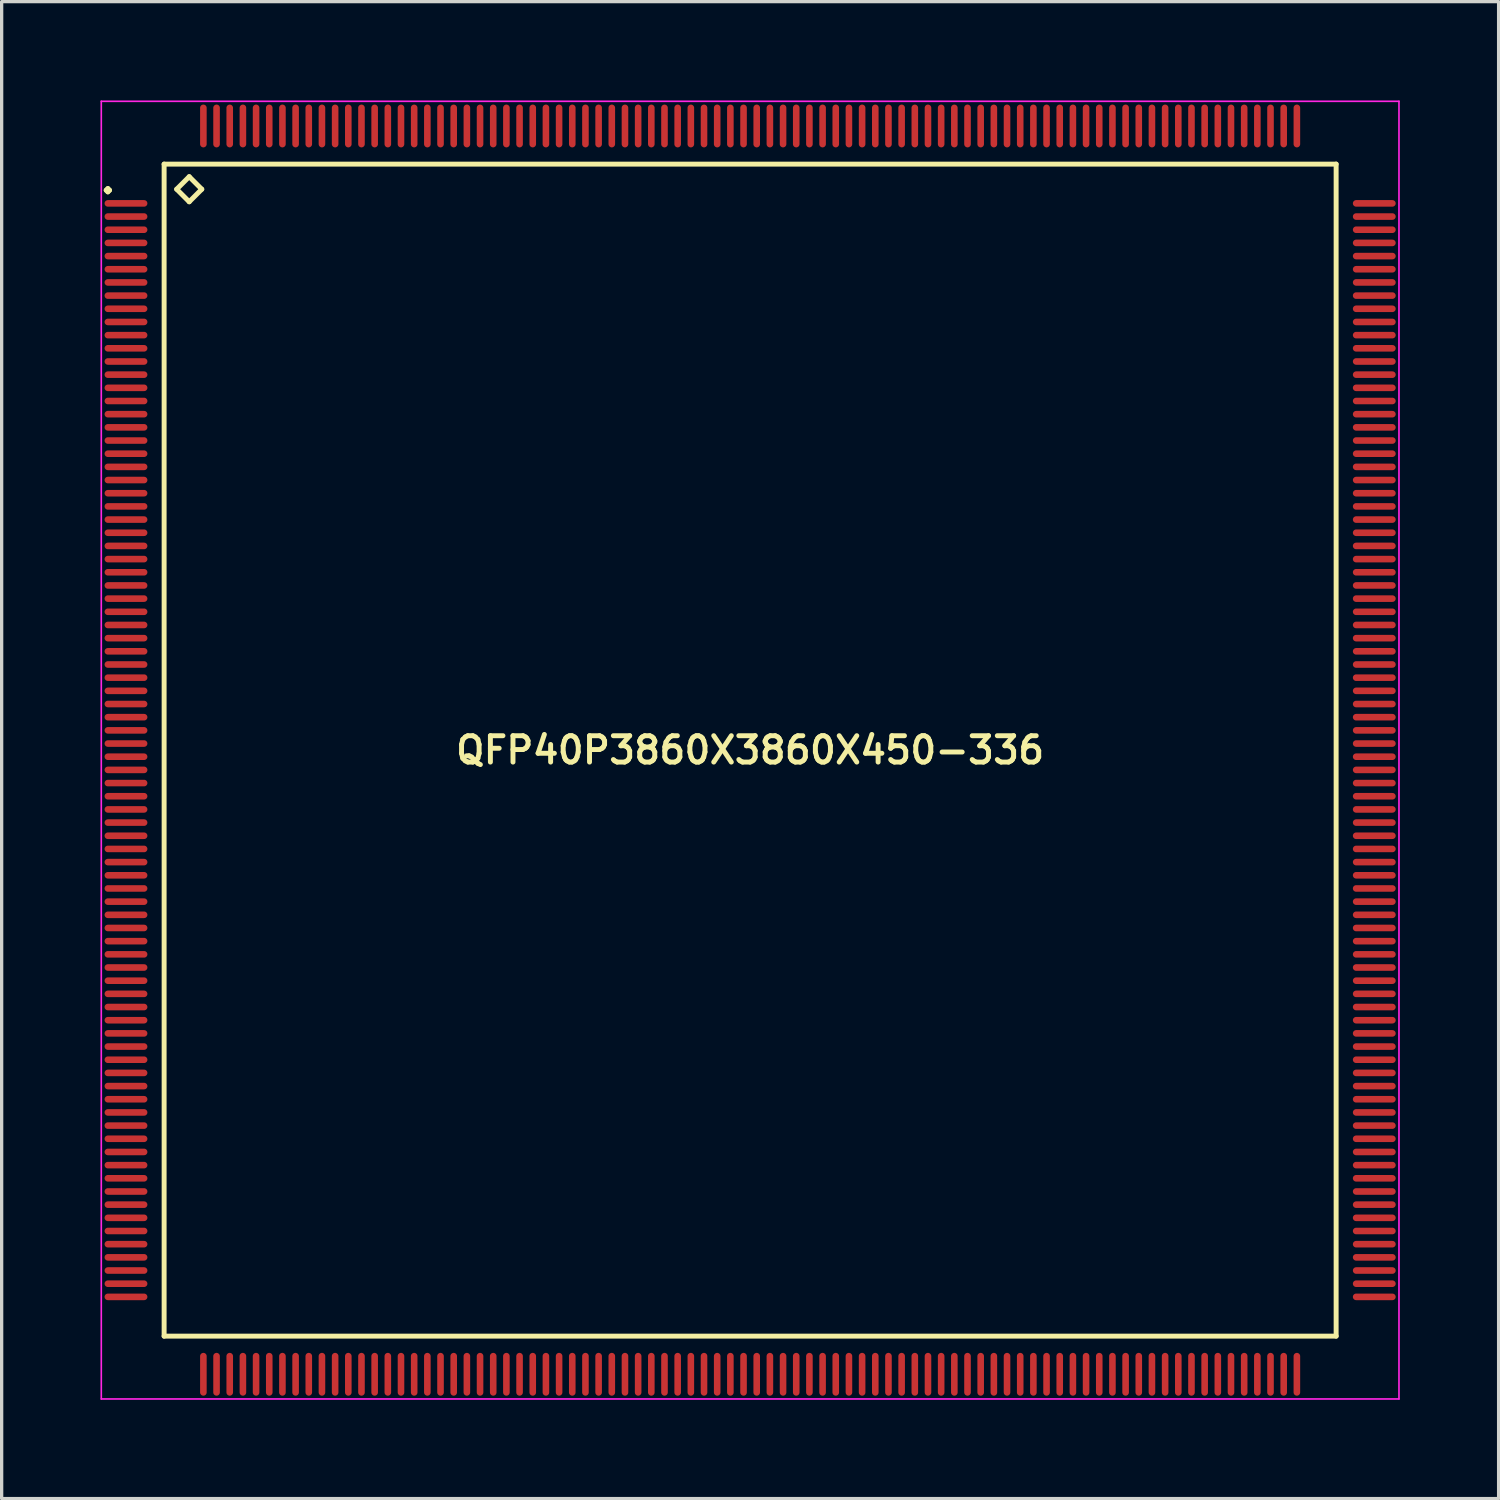
<source format=kicad_pcb>
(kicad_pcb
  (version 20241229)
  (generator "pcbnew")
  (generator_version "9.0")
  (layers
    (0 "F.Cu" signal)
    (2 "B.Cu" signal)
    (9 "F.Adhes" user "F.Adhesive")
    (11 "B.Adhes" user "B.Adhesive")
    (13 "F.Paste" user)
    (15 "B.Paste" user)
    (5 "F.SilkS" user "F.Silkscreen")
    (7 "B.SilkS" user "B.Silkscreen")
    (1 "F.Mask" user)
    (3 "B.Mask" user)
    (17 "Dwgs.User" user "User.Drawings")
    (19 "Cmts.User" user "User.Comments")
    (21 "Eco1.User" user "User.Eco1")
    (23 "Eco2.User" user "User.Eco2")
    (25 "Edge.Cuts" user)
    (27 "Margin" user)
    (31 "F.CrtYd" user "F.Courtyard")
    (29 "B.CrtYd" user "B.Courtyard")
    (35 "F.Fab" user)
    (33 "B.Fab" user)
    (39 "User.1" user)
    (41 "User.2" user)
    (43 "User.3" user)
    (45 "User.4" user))
  (footprint "QFP40P3860X3860X450-336"
    (layer "F.Cu")
    (at 19.725 19.725)
    (property "Reference" "QFP40P3860X3860X450-336" (at 0 0 0) (layer "F.SilkS") (effects (font (size 0.8 0.8) (thickness 0.15))))
    (attr smd)
    (fp_line (start -19.55 -17) (end -19.5 -17.05) (stroke (width 0.15) (type solid)) (layer "F.SilkS"))
    (fp_line (start -19.5 -17.05) (end -19.45 -17) (stroke (width 0.15) (type solid)) (layer "F.SilkS"))
    (fp_line (start -19.5 -16.95) (end -19.55 -17) (stroke (width 0.15) (type solid)) (layer "F.SilkS"))
    (fp_line (start -19.45 -17) (end -19.5 -16.95) (stroke (width 0.15) (type solid)) (layer "F.SilkS"))
    (fp_line (start -17.792 -17.792) (end -17.792 17.792) (stroke (width 0.15) (type solid)) (layer "F.SilkS"))
    (fp_line (start -17.792 17.792) (end 17.792 17.792) (stroke (width 0.15) (type solid)) (layer "F.SilkS"))
    (fp_line (start -17.411 -17.03) (end -17.03 -17.411) (stroke (width 0.15) (type solid)) (layer "F.SilkS"))
    (fp_line (start -17.03 -17.411) (end -16.649 -17.03) (stroke (width 0.15) (type solid)) (layer "F.SilkS"))
    (fp_line (start -17.03 -16.649) (end -17.411 -17.03) (stroke (width 0.15) (type solid)) (layer "F.SilkS"))
    (fp_line (start -16.649 -17.03) (end -17.03 -16.649) (stroke (width 0.15) (type solid)) (layer "F.SilkS"))
    (fp_line (start 17.792 -17.792) (end -17.792 -17.792) (stroke (width 0.15) (type solid)) (layer "F.SilkS"))
    (fp_line (start 17.792 17.792) (end 17.792 -17.792) (stroke (width 0.15) (type solid)) (layer "F.SilkS"))
    (fp_line (start -19.7 -19.7) (end 19.7 -19.7) (stroke (width 0.05) (type solid)) (layer "F.CrtYd"))
    (fp_line (start -19.7 19.7) (end -19.7 -19.7) (stroke (width 0.05) (type solid)) (layer "F.CrtYd"))
    (fp_line (start 19.7 -19.7) (end 19.7 19.7) (stroke (width 0.05) (type solid)) (layer "F.CrtYd"))
    (fp_line (start 19.7 19.7) (end -19.7 19.7) (stroke (width 0.05) (type solid)) (layer "F.CrtYd"))
    (pad "1" smd oval (at -18.95 -16.6) (size 1.3 0.2) (layers "F.Cu" "F.Mask" "F.Paste"))
    (pad "2" smd oval (at -18.95 -16.2) (size 1.3 0.2) (layers "F.Cu" "F.Mask" "F.Paste"))
    (pad "3" smd oval (at -18.95 -15.8) (size 1.3 0.2) (layers "F.Cu" "F.Mask" "F.Paste"))
    (pad "4" smd oval (at -18.95 -15.4) (size 1.3 0.2) (layers "F.Cu" "F.Mask" "F.Paste"))
    (pad "5" smd oval (at -18.95 -15) (size 1.3 0.2) (layers "F.Cu" "F.Mask" "F.Paste"))
    (pad "6" smd oval (at -18.95 -14.6) (size 1.3 0.2) (layers "F.Cu" "F.Mask" "F.Paste"))
    (pad "7" smd oval (at -18.95 -14.2) (size 1.3 0.2) (layers "F.Cu" "F.Mask" "F.Paste"))
    (pad "8" smd oval (at -18.95 -13.8) (size 1.3 0.2) (layers "F.Cu" "F.Mask" "F.Paste"))
    (pad "9" smd oval (at -18.95 -13.4) (size 1.3 0.2) (layers "F.Cu" "F.Mask" "F.Paste"))
    (pad "10" smd oval (at -18.95 -13) (size 1.3 0.2) (layers "F.Cu" "F.Mask" "F.Paste"))
    (pad "11" smd oval (at -18.95 -12.6) (size 1.3 0.2) (layers "F.Cu" "F.Mask" "F.Paste"))
    (pad "12" smd oval (at -18.95 -12.2) (size 1.3 0.2) (layers "F.Cu" "F.Mask" "F.Paste"))
    (pad "13" smd oval (at -18.95 -11.8) (size 1.3 0.2) (layers "F.Cu" "F.Mask" "F.Paste"))
    (pad "14" smd oval (at -18.95 -11.4) (size 1.3 0.2) (layers "F.Cu" "F.Mask" "F.Paste"))
    (pad "15" smd oval (at -18.95 -11) (size 1.3 0.2) (layers "F.Cu" "F.Mask" "F.Paste"))
    (pad "16" smd oval (at -18.95 -10.6) (size 1.3 0.2) (layers "F.Cu" "F.Mask" "F.Paste"))
    (pad "17" smd oval (at -18.95 -10.2) (size 1.3 0.2) (layers "F.Cu" "F.Mask" "F.Paste"))
    (pad "18" smd oval (at -18.95 -9.8) (size 1.3 0.2) (layers "F.Cu" "F.Mask" "F.Paste"))
    (pad "19" smd oval (at -18.95 -9.4) (size 1.3 0.2) (layers "F.Cu" "F.Mask" "F.Paste"))
    (pad "20" smd oval (at -18.95 -9) (size 1.3 0.2) (layers "F.Cu" "F.Mask" "F.Paste"))
    (pad "21" smd oval (at -18.95 -8.6) (size 1.3 0.2) (layers "F.Cu" "F.Mask" "F.Paste"))
    (pad "22" smd oval (at -18.95 -8.2) (size 1.3 0.2) (layers "F.Cu" "F.Mask" "F.Paste"))
    (pad "23" smd oval (at -18.95 -7.8) (size 1.3 0.2) (layers "F.Cu" "F.Mask" "F.Paste"))
    (pad "24" smd oval (at -18.95 -7.4) (size 1.3 0.2) (layers "F.Cu" "F.Mask" "F.Paste"))
    (pad "25" smd oval (at -18.95 -7) (size 1.3 0.2) (layers "F.Cu" "F.Mask" "F.Paste"))
    (pad "26" smd oval (at -18.95 -6.6) (size 1.3 0.2) (layers "F.Cu" "F.Mask" "F.Paste"))
    (pad "27" smd oval (at -18.95 -6.2) (size 1.3 0.2) (layers "F.Cu" "F.Mask" "F.Paste"))
    (pad "28" smd oval (at -18.95 -5.8) (size 1.3 0.2) (layers "F.Cu" "F.Mask" "F.Paste"))
    (pad "29" smd oval (at -18.95 -5.4) (size 1.3 0.2) (layers "F.Cu" "F.Mask" "F.Paste"))
    (pad "30" smd oval (at -18.95 -5) (size 1.3 0.2) (layers "F.Cu" "F.Mask" "F.Paste"))
    (pad "31" smd oval (at -18.95 -4.6) (size 1.3 0.2) (layers "F.Cu" "F.Mask" "F.Paste"))
    (pad "32" smd oval (at -18.95 -4.2) (size 1.3 0.2) (layers "F.Cu" "F.Mask" "F.Paste"))
    (pad "33" smd oval (at -18.95 -3.8) (size 1.3 0.2) (layers "F.Cu" "F.Mask" "F.Paste"))
    (pad "34" smd oval (at -18.95 -3.4) (size 1.3 0.2) (layers "F.Cu" "F.Mask" "F.Paste"))
    (pad "35" smd oval (at -18.95 -3) (size 1.3 0.2) (layers "F.Cu" "F.Mask" "F.Paste"))
    (pad "36" smd oval (at -18.95 -2.6) (size 1.3 0.2) (layers "F.Cu" "F.Mask" "F.Paste"))
    (pad "37" smd oval (at -18.95 -2.2) (size 1.3 0.2) (layers "F.Cu" "F.Mask" "F.Paste"))
    (pad "38" smd oval (at -18.95 -1.8) (size 1.3 0.2) (layers "F.Cu" "F.Mask" "F.Paste"))
    (pad "39" smd oval (at -18.95 -1.4) (size 1.3 0.2) (layers "F.Cu" "F.Mask" "F.Paste"))
    (pad "40" smd oval (at -18.95 -1) (size 1.3 0.2) (layers "F.Cu" "F.Mask" "F.Paste"))
    (pad "41" smd oval (at -18.95 -0.6) (size 1.3 0.2) (layers "F.Cu" "F.Mask" "F.Paste"))
    (pad "42" smd oval (at -18.95 -0.2) (size 1.3 0.2) (layers "F.Cu" "F.Mask" "F.Paste"))
    (pad "43" smd oval (at -18.95 0.2) (size 1.3 0.2) (layers "F.Cu" "F.Mask" "F.Paste"))
    (pad "44" smd oval (at -18.95 0.6) (size 1.3 0.2) (layers "F.Cu" "F.Mask" "F.Paste"))
    (pad "45" smd oval (at -18.95 1) (size 1.3 0.2) (layers "F.Cu" "F.Mask" "F.Paste"))
    (pad "46" smd oval (at -18.95 1.4) (size 1.3 0.2) (layers "F.Cu" "F.Mask" "F.Paste"))
    (pad "47" smd oval (at -18.95 1.8) (size 1.3 0.2) (layers "F.Cu" "F.Mask" "F.Paste"))
    (pad "48" smd oval (at -18.95 2.2) (size 1.3 0.2) (layers "F.Cu" "F.Mask" "F.Paste"))
    (pad "49" smd oval (at -18.95 2.6) (size 1.3 0.2) (layers "F.Cu" "F.Mask" "F.Paste"))
    (pad "50" smd oval (at -18.95 3) (size 1.3 0.2) (layers "F.Cu" "F.Mask" "F.Paste"))
    (pad "51" smd oval (at -18.95 3.4) (size 1.3 0.2) (layers "F.Cu" "F.Mask" "F.Paste"))
    (pad "52" smd oval (at -18.95 3.8) (size 1.3 0.2) (layers "F.Cu" "F.Mask" "F.Paste"))
    (pad "53" smd oval (at -18.95 4.2) (size 1.3 0.2) (layers "F.Cu" "F.Mask" "F.Paste"))
    (pad "54" smd oval (at -18.95 4.6) (size 1.3 0.2) (layers "F.Cu" "F.Mask" "F.Paste"))
    (pad "55" smd oval (at -18.95 5) (size 1.3 0.2) (layers "F.Cu" "F.Mask" "F.Paste"))
    (pad "56" smd oval (at -18.95 5.4) (size 1.3 0.2) (layers "F.Cu" "F.Mask" "F.Paste"))
    (pad "57" smd oval (at -18.95 5.8) (size 1.3 0.2) (layers "F.Cu" "F.Mask" "F.Paste"))
    (pad "58" smd oval (at -18.95 6.2) (size 1.3 0.2) (layers "F.Cu" "F.Mask" "F.Paste"))
    (pad "59" smd oval (at -18.95 6.6) (size 1.3 0.2) (layers "F.Cu" "F.Mask" "F.Paste"))
    (pad "60" smd oval (at -18.95 7) (size 1.3 0.2) (layers "F.Cu" "F.Mask" "F.Paste"))
    (pad "61" smd oval (at -18.95 7.4) (size 1.3 0.2) (layers "F.Cu" "F.Mask" "F.Paste"))
    (pad "62" smd oval (at -18.95 7.8) (size 1.3 0.2) (layers "F.Cu" "F.Mask" "F.Paste"))
    (pad "63" smd oval (at -18.95 8.2) (size 1.3 0.2) (layers "F.Cu" "F.Mask" "F.Paste"))
    (pad "64" smd oval (at -18.95 8.6) (size 1.3 0.2) (layers "F.Cu" "F.Mask" "F.Paste"))
    (pad "65" smd oval (at -18.95 9) (size 1.3 0.2) (layers "F.Cu" "F.Mask" "F.Paste"))
    (pad "66" smd oval (at -18.95 9.4) (size 1.3 0.2) (layers "F.Cu" "F.Mask" "F.Paste"))
    (pad "67" smd oval (at -18.95 9.8) (size 1.3 0.2) (layers "F.Cu" "F.Mask" "F.Paste"))
    (pad "68" smd oval (at -18.95 10.2) (size 1.3 0.2) (layers "F.Cu" "F.Mask" "F.Paste"))
    (pad "69" smd oval (at -18.95 10.6) (size 1.3 0.2) (layers "F.Cu" "F.Mask" "F.Paste"))
    (pad "70" smd oval (at -18.95 11) (size 1.3 0.2) (layers "F.Cu" "F.Mask" "F.Paste"))
    (pad "71" smd oval (at -18.95 11.4) (size 1.3 0.2) (layers "F.Cu" "F.Mask" "F.Paste"))
    (pad "72" smd oval (at -18.95 11.8) (size 1.3 0.2) (layers "F.Cu" "F.Mask" "F.Paste"))
    (pad "73" smd oval (at -18.95 12.2) (size 1.3 0.2) (layers "F.Cu" "F.Mask" "F.Paste"))
    (pad "74" smd oval (at -18.95 12.6) (size 1.3 0.2) (layers "F.Cu" "F.Mask" "F.Paste"))
    (pad "75" smd oval (at -18.95 13) (size 1.3 0.2) (layers "F.Cu" "F.Mask" "F.Paste"))
    (pad "76" smd oval (at -18.95 13.4) (size 1.3 0.2) (layers "F.Cu" "F.Mask" "F.Paste"))
    (pad "77" smd oval (at -18.95 13.8) (size 1.3 0.2) (layers "F.Cu" "F.Mask" "F.Paste"))
    (pad "78" smd oval (at -18.95 14.2) (size 1.3 0.2) (layers "F.Cu" "F.Mask" "F.Paste"))
    (pad "79" smd oval (at -18.95 14.6) (size 1.3 0.2) (layers "F.Cu" "F.Mask" "F.Paste"))
    (pad "80" smd oval (at -18.95 15) (size 1.3 0.2) (layers "F.Cu" "F.Mask" "F.Paste"))
    (pad "81" smd oval (at -18.95 15.4) (size 1.3 0.2) (layers "F.Cu" "F.Mask" "F.Paste"))
    (pad "82" smd oval (at -18.95 15.8) (size 1.3 0.2) (layers "F.Cu" "F.Mask" "F.Paste"))
    (pad "83" smd oval (at -18.95 16.2) (size 1.3 0.2) (layers "F.Cu" "F.Mask" "F.Paste"))
    (pad "84" smd oval (at -18.95 16.6) (size 1.3 0.2) (layers "F.Cu" "F.Mask" "F.Paste"))
    (pad "85" smd oval (at -16.6 18.95) (size 0.2 1.3) (layers "F.Cu" "F.Mask" "F.Paste"))
    (pad "86" smd oval (at -16.2 18.95) (size 0.2 1.3) (layers "F.Cu" "F.Mask" "F.Paste"))
    (pad "87" smd oval (at -15.8 18.95) (size 0.2 1.3) (layers "F.Cu" "F.Mask" "F.Paste"))
    (pad "88" smd oval (at -15.4 18.95) (size 0.2 1.3) (layers "F.Cu" "F.Mask" "F.Paste"))
    (pad "89" smd oval (at -15 18.95) (size 0.2 1.3) (layers "F.Cu" "F.Mask" "F.Paste"))
    (pad "90" smd oval (at -14.6 18.95) (size 0.2 1.3) (layers "F.Cu" "F.Mask" "F.Paste"))
    (pad "91" smd oval (at -14.2 18.95) (size 0.2 1.3) (layers "F.Cu" "F.Mask" "F.Paste"))
    (pad "92" smd oval (at -13.8 18.95) (size 0.2 1.3) (layers "F.Cu" "F.Mask" "F.Paste"))
    (pad "93" smd oval (at -13.4 18.95) (size 0.2 1.3) (layers "F.Cu" "F.Mask" "F.Paste"))
    (pad "94" smd oval (at -13 18.95) (size 0.2 1.3) (layers "F.Cu" "F.Mask" "F.Paste"))
    (pad "95" smd oval (at -12.6 18.95) (size 0.2 1.3) (layers "F.Cu" "F.Mask" "F.Paste"))
    (pad "96" smd oval (at -12.2 18.95) (size 0.2 1.3) (layers "F.Cu" "F.Mask" "F.Paste"))
    (pad "97" smd oval (at -11.8 18.95) (size 0.2 1.3) (layers "F.Cu" "F.Mask" "F.Paste"))
    (pad "98" smd oval (at -11.4 18.95) (size 0.2 1.3) (layers "F.Cu" "F.Mask" "F.Paste"))
    (pad "99" smd oval (at -11 18.95) (size 0.2 1.3) (layers "F.Cu" "F.Mask" "F.Paste"))
    (pad "100" smd oval (at -10.6 18.95) (size 0.2 1.3) (layers "F.Cu" "F.Mask" "F.Paste"))
    (pad "101" smd oval (at -10.2 18.95) (size 0.2 1.3) (layers "F.Cu" "F.Mask" "F.Paste"))
    (pad "102" smd oval (at -9.8 18.95) (size 0.2 1.3) (layers "F.Cu" "F.Mask" "F.Paste"))
    (pad "103" smd oval (at -9.4 18.95) (size 0.2 1.3) (layers "F.Cu" "F.Mask" "F.Paste"))
    (pad "104" smd oval (at -9 18.95) (size 0.2 1.3) (layers "F.Cu" "F.Mask" "F.Paste"))
    (pad "105" smd oval (at -8.6 18.95) (size 0.2 1.3) (layers "F.Cu" "F.Mask" "F.Paste"))
    (pad "106" smd oval (at -8.2 18.95) (size 0.2 1.3) (layers "F.Cu" "F.Mask" "F.Paste"))
    (pad "107" smd oval (at -7.8 18.95) (size 0.2 1.3) (layers "F.Cu" "F.Mask" "F.Paste"))
    (pad "108" smd oval (at -7.4 18.95) (size 0.2 1.3) (layers "F.Cu" "F.Mask" "F.Paste"))
    (pad "109" smd oval (at -7 18.95) (size 0.2 1.3) (layers "F.Cu" "F.Mask" "F.Paste"))
    (pad "110" smd oval (at -6.6 18.95) (size 0.2 1.3) (layers "F.Cu" "F.Mask" "F.Paste"))
    (pad "111" smd oval (at -6.2 18.95) (size 0.2 1.3) (layers "F.Cu" "F.Mask" "F.Paste"))
    (pad "112" smd oval (at -5.8 18.95) (size 0.2 1.3) (layers "F.Cu" "F.Mask" "F.Paste"))
    (pad "113" smd oval (at -5.4 18.95) (size 0.2 1.3) (layers "F.Cu" "F.Mask" "F.Paste"))
    (pad "114" smd oval (at -5 18.95) (size 0.2 1.3) (layers "F.Cu" "F.Mask" "F.Paste"))
    (pad "115" smd oval (at -4.6 18.95) (size 0.2 1.3) (layers "F.Cu" "F.Mask" "F.Paste"))
    (pad "116" smd oval (at -4.2 18.95) (size 0.2 1.3) (layers "F.Cu" "F.Mask" "F.Paste"))
    (pad "117" smd oval (at -3.8 18.95) (size 0.2 1.3) (layers "F.Cu" "F.Mask" "F.Paste"))
    (pad "118" smd oval (at -3.4 18.95) (size 0.2 1.3) (layers "F.Cu" "F.Mask" "F.Paste"))
    (pad "119" smd oval (at -3 18.95) (size 0.2 1.3) (layers "F.Cu" "F.Mask" "F.Paste"))
    (pad "120" smd oval (at -2.6 18.95) (size 0.2 1.3) (layers "F.Cu" "F.Mask" "F.Paste"))
    (pad "121" smd oval (at -2.2 18.95) (size 0.2 1.3) (layers "F.Cu" "F.Mask" "F.Paste"))
    (pad "122" smd oval (at -1.8 18.95) (size 0.2 1.3) (layers "F.Cu" "F.Mask" "F.Paste"))
    (pad "123" smd oval (at -1.4 18.95) (size 0.2 1.3) (layers "F.Cu" "F.Mask" "F.Paste"))
    (pad "124" smd oval (at -1 18.95) (size 0.2 1.3) (layers "F.Cu" "F.Mask" "F.Paste"))
    (pad "125" smd oval (at -0.6 18.95) (size 0.2 1.3) (layers "F.Cu" "F.Mask" "F.Paste"))
    (pad "126" smd oval (at -0.2 18.95) (size 0.2 1.3) (layers "F.Cu" "F.Mask" "F.Paste"))
    (pad "127" smd oval (at 0.2 18.95) (size 0.2 1.3) (layers "F.Cu" "F.Mask" "F.Paste"))
    (pad "128" smd oval (at 0.6 18.95) (size 0.2 1.3) (layers "F.Cu" "F.Mask" "F.Paste"))
    (pad "129" smd oval (at 1 18.95) (size 0.2 1.3) (layers "F.Cu" "F.Mask" "F.Paste"))
    (pad "130" smd oval (at 1.4 18.95) (size 0.2 1.3) (layers "F.Cu" "F.Mask" "F.Paste"))
    (pad "131" smd oval (at 1.8 18.95) (size 0.2 1.3) (layers "F.Cu" "F.Mask" "F.Paste"))
    (pad "132" smd oval (at 2.2 18.95) (size 0.2 1.3) (layers "F.Cu" "F.Mask" "F.Paste"))
    (pad "133" smd oval (at 2.6 18.95) (size 0.2 1.3) (layers "F.Cu" "F.Mask" "F.Paste"))
    (pad "134" smd oval (at 3 18.95) (size 0.2 1.3) (layers "F.Cu" "F.Mask" "F.Paste"))
    (pad "135" smd oval (at 3.4 18.95) (size 0.2 1.3) (layers "F.Cu" "F.Mask" "F.Paste"))
    (pad "136" smd oval (at 3.8 18.95) (size 0.2 1.3) (layers "F.Cu" "F.Mask" "F.Paste"))
    (pad "137" smd oval (at 4.2 18.95) (size 0.2 1.3) (layers "F.Cu" "F.Mask" "F.Paste"))
    (pad "138" smd oval (at 4.6 18.95) (size 0.2 1.3) (layers "F.Cu" "F.Mask" "F.Paste"))
    (pad "139" smd oval (at 5 18.95) (size 0.2 1.3) (layers "F.Cu" "F.Mask" "F.Paste"))
    (pad "140" smd oval (at 5.4 18.95) (size 0.2 1.3) (layers "F.Cu" "F.Mask" "F.Paste"))
    (pad "141" smd oval (at 5.8 18.95) (size 0.2 1.3) (layers "F.Cu" "F.Mask" "F.Paste"))
    (pad "142" smd oval (at 6.2 18.95) (size 0.2 1.3) (layers "F.Cu" "F.Mask" "F.Paste"))
    (pad "143" smd oval (at 6.6 18.95) (size 0.2 1.3) (layers "F.Cu" "F.Mask" "F.Paste"))
    (pad "144" smd oval (at 7 18.95) (size 0.2 1.3) (layers "F.Cu" "F.Mask" "F.Paste"))
    (pad "145" smd oval (at 7.4 18.95) (size 0.2 1.3) (layers "F.Cu" "F.Mask" "F.Paste"))
    (pad "146" smd oval (at 7.8 18.95) (size 0.2 1.3) (layers "F.Cu" "F.Mask" "F.Paste"))
    (pad "147" smd oval (at 8.2 18.95) (size 0.2 1.3) (layers "F.Cu" "F.Mask" "F.Paste"))
    (pad "148" smd oval (at 8.6 18.95) (size 0.2 1.3) (layers "F.Cu" "F.Mask" "F.Paste"))
    (pad "149" smd oval (at 9 18.95) (size 0.2 1.3) (layers "F.Cu" "F.Mask" "F.Paste"))
    (pad "150" smd oval (at 9.4 18.95) (size 0.2 1.3) (layers "F.Cu" "F.Mask" "F.Paste"))
    (pad "151" smd oval (at 9.8 18.95) (size 0.2 1.3) (layers "F.Cu" "F.Mask" "F.Paste"))
    (pad "152" smd oval (at 10.2 18.95) (size 0.2 1.3) (layers "F.Cu" "F.Mask" "F.Paste"))
    (pad "153" smd oval (at 10.6 18.95) (size 0.2 1.3) (layers "F.Cu" "F.Mask" "F.Paste"))
    (pad "154" smd oval (at 11 18.95) (size 0.2 1.3) (layers "F.Cu" "F.Mask" "F.Paste"))
    (pad "155" smd oval (at 11.4 18.95) (size 0.2 1.3) (layers "F.Cu" "F.Mask" "F.Paste"))
    (pad "156" smd oval (at 11.8 18.95) (size 0.2 1.3) (layers "F.Cu" "F.Mask" "F.Paste"))
    (pad "157" smd oval (at 12.2 18.95) (size 0.2 1.3) (layers "F.Cu" "F.Mask" "F.Paste"))
    (pad "158" smd oval (at 12.6 18.95) (size 0.2 1.3) (layers "F.Cu" "F.Mask" "F.Paste"))
    (pad "159" smd oval (at 13 18.95) (size 0.2 1.3) (layers "F.Cu" "F.Mask" "F.Paste"))
    (pad "160" smd oval (at 13.4 18.95) (size 0.2 1.3) (layers "F.Cu" "F.Mask" "F.Paste"))
    (pad "161" smd oval (at 13.8 18.95) (size 0.2 1.3) (layers "F.Cu" "F.Mask" "F.Paste"))
    (pad "162" smd oval (at 14.2 18.95) (size 0.2 1.3) (layers "F.Cu" "F.Mask" "F.Paste"))
    (pad "163" smd oval (at 14.6 18.95) (size 0.2 1.3) (layers "F.Cu" "F.Mask" "F.Paste"))
    (pad "164" smd oval (at 15 18.95) (size 0.2 1.3) (layers "F.Cu" "F.Mask" "F.Paste"))
    (pad "165" smd oval (at 15.4 18.95) (size 0.2 1.3) (layers "F.Cu" "F.Mask" "F.Paste"))
    (pad "166" smd oval (at 15.8 18.95) (size 0.2 1.3) (layers "F.Cu" "F.Mask" "F.Paste"))
    (pad "167" smd oval (at 16.2 18.95) (size 0.2 1.3) (layers "F.Cu" "F.Mask" "F.Paste"))
    (pad "168" smd oval (at 16.6 18.95) (size 0.2 1.3) (layers "F.Cu" "F.Mask" "F.Paste"))
    (pad "169" smd oval (at 18.95 16.6) (size 1.3 0.2) (layers "F.Cu" "F.Mask" "F.Paste"))
    (pad "170" smd oval (at 18.95 16.2) (size 1.3 0.2) (layers "F.Cu" "F.Mask" "F.Paste"))
    (pad "171" smd oval (at 18.95 15.8) (size 1.3 0.2) (layers "F.Cu" "F.Mask" "F.Paste"))
    (pad "172" smd oval (at 18.95 15.4) (size 1.3 0.2) (layers "F.Cu" "F.Mask" "F.Paste"))
    (pad "173" smd oval (at 18.95 15) (size 1.3 0.2) (layers "F.Cu" "F.Mask" "F.Paste"))
    (pad "174" smd oval (at 18.95 14.6) (size 1.3 0.2) (layers "F.Cu" "F.Mask" "F.Paste"))
    (pad "175" smd oval (at 18.95 14.2) (size 1.3 0.2) (layers "F.Cu" "F.Mask" "F.Paste"))
    (pad "176" smd oval (at 18.95 13.8) (size 1.3 0.2) (layers "F.Cu" "F.Mask" "F.Paste"))
    (pad "177" smd oval (at 18.95 13.4) (size 1.3 0.2) (layers "F.Cu" "F.Mask" "F.Paste"))
    (pad "178" smd oval (at 18.95 13) (size 1.3 0.2) (layers "F.Cu" "F.Mask" "F.Paste"))
    (pad "179" smd oval (at 18.95 12.6) (size 1.3 0.2) (layers "F.Cu" "F.Mask" "F.Paste"))
    (pad "180" smd oval (at 18.95 12.2) (size 1.3 0.2) (layers "F.Cu" "F.Mask" "F.Paste"))
    (pad "181" smd oval (at 18.95 11.8) (size 1.3 0.2) (layers "F.Cu" "F.Mask" "F.Paste"))
    (pad "182" smd oval (at 18.95 11.4) (size 1.3 0.2) (layers "F.Cu" "F.Mask" "F.Paste"))
    (pad "183" smd oval (at 18.95 11) (size 1.3 0.2) (layers "F.Cu" "F.Mask" "F.Paste"))
    (pad "184" smd oval (at 18.95 10.6) (size 1.3 0.2) (layers "F.Cu" "F.Mask" "F.Paste"))
    (pad "185" smd oval (at 18.95 10.2) (size 1.3 0.2) (layers "F.Cu" "F.Mask" "F.Paste"))
    (pad "186" smd oval (at 18.95 9.8) (size 1.3 0.2) (layers "F.Cu" "F.Mask" "F.Paste"))
    (pad "187" smd oval (at 18.95 9.4) (size 1.3 0.2) (layers "F.Cu" "F.Mask" "F.Paste"))
    (pad "188" smd oval (at 18.95 9) (size 1.3 0.2) (layers "F.Cu" "F.Mask" "F.Paste"))
    (pad "189" smd oval (at 18.95 8.6) (size 1.3 0.2) (layers "F.Cu" "F.Mask" "F.Paste"))
    (pad "190" smd oval (at 18.95 8.2) (size 1.3 0.2) (layers "F.Cu" "F.Mask" "F.Paste"))
    (pad "191" smd oval (at 18.95 7.8) (size 1.3 0.2) (layers "F.Cu" "F.Mask" "F.Paste"))
    (pad "192" smd oval (at 18.95 7.4) (size 1.3 0.2) (layers "F.Cu" "F.Mask" "F.Paste"))
    (pad "193" smd oval (at 18.95 7) (size 1.3 0.2) (layers "F.Cu" "F.Mask" "F.Paste"))
    (pad "194" smd oval (at 18.95 6.6) (size 1.3 0.2) (layers "F.Cu" "F.Mask" "F.Paste"))
    (pad "195" smd oval (at 18.95 6.2) (size 1.3 0.2) (layers "F.Cu" "F.Mask" "F.Paste"))
    (pad "196" smd oval (at 18.95 5.8) (size 1.3 0.2) (layers "F.Cu" "F.Mask" "F.Paste"))
    (pad "197" smd oval (at 18.95 5.4) (size 1.3 0.2) (layers "F.Cu" "F.Mask" "F.Paste"))
    (pad "198" smd oval (at 18.95 5) (size 1.3 0.2) (layers "F.Cu" "F.Mask" "F.Paste"))
    (pad "199" smd oval (at 18.95 4.6) (size 1.3 0.2) (layers "F.Cu" "F.Mask" "F.Paste"))
    (pad "200" smd oval (at 18.95 4.2) (size 1.3 0.2) (layers "F.Cu" "F.Mask" "F.Paste"))
    (pad "201" smd oval (at 18.95 3.8) (size 1.3 0.2) (layers "F.Cu" "F.Mask" "F.Paste"))
    (pad "202" smd oval (at 18.95 3.4) (size 1.3 0.2) (layers "F.Cu" "F.Mask" "F.Paste"))
    (pad "203" smd oval (at 18.95 3) (size 1.3 0.2) (layers "F.Cu" "F.Mask" "F.Paste"))
    (pad "204" smd oval (at 18.95 2.6) (size 1.3 0.2) (layers "F.Cu" "F.Mask" "F.Paste"))
    (pad "205" smd oval (at 18.95 2.2) (size 1.3 0.2) (layers "F.Cu" "F.Mask" "F.Paste"))
    (pad "206" smd oval (at 18.95 1.8) (size 1.3 0.2) (layers "F.Cu" "F.Mask" "F.Paste"))
    (pad "207" smd oval (at 18.95 1.4) (size 1.3 0.2) (layers "F.Cu" "F.Mask" "F.Paste"))
    (pad "208" smd oval (at 18.95 1) (size 1.3 0.2) (layers "F.Cu" "F.Mask" "F.Paste"))
    (pad "209" smd oval (at 18.95 0.6) (size 1.3 0.2) (layers "F.Cu" "F.Mask" "F.Paste"))
    (pad "210" smd oval (at 18.95 0.2) (size 1.3 0.2) (layers "F.Cu" "F.Mask" "F.Paste"))
    (pad "211" smd oval (at 18.95 -0.2) (size 1.3 0.2) (layers "F.Cu" "F.Mask" "F.Paste"))
    (pad "212" smd oval (at 18.95 -0.6) (size 1.3 0.2) (layers "F.Cu" "F.Mask" "F.Paste"))
    (pad "213" smd oval (at 18.95 -1) (size 1.3 0.2) (layers "F.Cu" "F.Mask" "F.Paste"))
    (pad "214" smd oval (at 18.95 -1.4) (size 1.3 0.2) (layers "F.Cu" "F.Mask" "F.Paste"))
    (pad "215" smd oval (at 18.95 -1.8) (size 1.3 0.2) (layers "F.Cu" "F.Mask" "F.Paste"))
    (pad "216" smd oval (at 18.95 -2.2) (size 1.3 0.2) (layers "F.Cu" "F.Mask" "F.Paste"))
    (pad "217" smd oval (at 18.95 -2.6) (size 1.3 0.2) (layers "F.Cu" "F.Mask" "F.Paste"))
    (pad "218" smd oval (at 18.95 -3) (size 1.3 0.2) (layers "F.Cu" "F.Mask" "F.Paste"))
    (pad "219" smd oval (at 18.95 -3.4) (size 1.3 0.2) (layers "F.Cu" "F.Mask" "F.Paste"))
    (pad "220" smd oval (at 18.95 -3.8) (size 1.3 0.2) (layers "F.Cu" "F.Mask" "F.Paste"))
    (pad "221" smd oval (at 18.95 -4.2) (size 1.3 0.2) (layers "F.Cu" "F.Mask" "F.Paste"))
    (pad "222" smd oval (at 18.95 -4.6) (size 1.3 0.2) (layers "F.Cu" "F.Mask" "F.Paste"))
    (pad "223" smd oval (at 18.95 -5) (size 1.3 0.2) (layers "F.Cu" "F.Mask" "F.Paste"))
    (pad "224" smd oval (at 18.95 -5.4) (size 1.3 0.2) (layers "F.Cu" "F.Mask" "F.Paste"))
    (pad "225" smd oval (at 18.95 -5.8) (size 1.3 0.2) (layers "F.Cu" "F.Mask" "F.Paste"))
    (pad "226" smd oval (at 18.95 -6.2) (size 1.3 0.2) (layers "F.Cu" "F.Mask" "F.Paste"))
    (pad "227" smd oval (at 18.95 -6.6) (size 1.3 0.2) (layers "F.Cu" "F.Mask" "F.Paste"))
    (pad "228" smd oval (at 18.95 -7) (size 1.3 0.2) (layers "F.Cu" "F.Mask" "F.Paste"))
    (pad "229" smd oval (at 18.95 -7.4) (size 1.3 0.2) (layers "F.Cu" "F.Mask" "F.Paste"))
    (pad "230" smd oval (at 18.95 -7.8) (size 1.3 0.2) (layers "F.Cu" "F.Mask" "F.Paste"))
    (pad "231" smd oval (at 18.95 -8.2) (size 1.3 0.2) (layers "F.Cu" "F.Mask" "F.Paste"))
    (pad "232" smd oval (at 18.95 -8.6) (size 1.3 0.2) (layers "F.Cu" "F.Mask" "F.Paste"))
    (pad "233" smd oval (at 18.95 -9) (size 1.3 0.2) (layers "F.Cu" "F.Mask" "F.Paste"))
    (pad "234" smd oval (at 18.95 -9.4) (size 1.3 0.2) (layers "F.Cu" "F.Mask" "F.Paste"))
    (pad "235" smd oval (at 18.95 -9.8) (size 1.3 0.2) (layers "F.Cu" "F.Mask" "F.Paste"))
    (pad "236" smd oval (at 18.95 -10.2) (size 1.3 0.2) (layers "F.Cu" "F.Mask" "F.Paste"))
    (pad "237" smd oval (at 18.95 -10.6) (size 1.3 0.2) (layers "F.Cu" "F.Mask" "F.Paste"))
    (pad "238" smd oval (at 18.95 -11) (size 1.3 0.2) (layers "F.Cu" "F.Mask" "F.Paste"))
    (pad "239" smd oval (at 18.95 -11.4) (size 1.3 0.2) (layers "F.Cu" "F.Mask" "F.Paste"))
    (pad "240" smd oval (at 18.95 -11.8) (size 1.3 0.2) (layers "F.Cu" "F.Mask" "F.Paste"))
    (pad "241" smd oval (at 18.95 -12.2) (size 1.3 0.2) (layers "F.Cu" "F.Mask" "F.Paste"))
    (pad "242" smd oval (at 18.95 -12.6) (size 1.3 0.2) (layers "F.Cu" "F.Mask" "F.Paste"))
    (pad "243" smd oval (at 18.95 -13) (size 1.3 0.2) (layers "F.Cu" "F.Mask" "F.Paste"))
    (pad "244" smd oval (at 18.95 -13.4) (size 1.3 0.2) (layers "F.Cu" "F.Mask" "F.Paste"))
    (pad "245" smd oval (at 18.95 -13.8) (size 1.3 0.2) (layers "F.Cu" "F.Mask" "F.Paste"))
    (pad "246" smd oval (at 18.95 -14.2) (size 1.3 0.2) (layers "F.Cu" "F.Mask" "F.Paste"))
    (pad "247" smd oval (at 18.95 -14.6) (size 1.3 0.2) (layers "F.Cu" "F.Mask" "F.Paste"))
    (pad "248" smd oval (at 18.95 -15) (size 1.3 0.2) (layers "F.Cu" "F.Mask" "F.Paste"))
    (pad "249" smd oval (at 18.95 -15.4) (size 1.3 0.2) (layers "F.Cu" "F.Mask" "F.Paste"))
    (pad "250" smd oval (at 18.95 -15.8) (size 1.3 0.2) (layers "F.Cu" "F.Mask" "F.Paste"))
    (pad "251" smd oval (at 18.95 -16.2) (size 1.3 0.2) (layers "F.Cu" "F.Mask" "F.Paste"))
    (pad "252" smd oval (at 18.95 -16.6) (size 1.3 0.2) (layers "F.Cu" "F.Mask" "F.Paste"))
    (pad "253" smd oval (at 16.6 -18.95) (size 0.2 1.3) (layers "F.Cu" "F.Mask" "F.Paste"))
    (pad "254" smd oval (at 16.2 -18.95) (size 0.2 1.3) (layers "F.Cu" "F.Mask" "F.Paste"))
    (pad "255" smd oval (at 15.8 -18.95) (size 0.2 1.3) (layers "F.Cu" "F.Mask" "F.Paste"))
    (pad "256" smd oval (at 15.4 -18.95) (size 0.2 1.3) (layers "F.Cu" "F.Mask" "F.Paste"))
    (pad "257" smd oval (at 15 -18.95) (size 0.2 1.3) (layers "F.Cu" "F.Mask" "F.Paste"))
    (pad "258" smd oval (at 14.6 -18.95) (size 0.2 1.3) (layers "F.Cu" "F.Mask" "F.Paste"))
    (pad "259" smd oval (at 14.2 -18.95) (size 0.2 1.3) (layers "F.Cu" "F.Mask" "F.Paste"))
    (pad "260" smd oval (at 13.8 -18.95) (size 0.2 1.3) (layers "F.Cu" "F.Mask" "F.Paste"))
    (pad "261" smd oval (at 13.4 -18.95) (size 0.2 1.3) (layers "F.Cu" "F.Mask" "F.Paste"))
    (pad "262" smd oval (at 13 -18.95) (size 0.2 1.3) (layers "F.Cu" "F.Mask" "F.Paste"))
    (pad "263" smd oval (at 12.6 -18.95) (size 0.2 1.3) (layers "F.Cu" "F.Mask" "F.Paste"))
    (pad "264" smd oval (at 12.2 -18.95) (size 0.2 1.3) (layers "F.Cu" "F.Mask" "F.Paste"))
    (pad "265" smd oval (at 11.8 -18.95) (size 0.2 1.3) (layers "F.Cu" "F.Mask" "F.Paste"))
    (pad "266" smd oval (at 11.4 -18.95) (size 0.2 1.3) (layers "F.Cu" "F.Mask" "F.Paste"))
    (pad "267" smd oval (at 11 -18.95) (size 0.2 1.3) (layers "F.Cu" "F.Mask" "F.Paste"))
    (pad "268" smd oval (at 10.6 -18.95) (size 0.2 1.3) (layers "F.Cu" "F.Mask" "F.Paste"))
    (pad "269" smd oval (at 10.2 -18.95) (size 0.2 1.3) (layers "F.Cu" "F.Mask" "F.Paste"))
    (pad "270" smd oval (at 9.8 -18.95) (size 0.2 1.3) (layers "F.Cu" "F.Mask" "F.Paste"))
    (pad "271" smd oval (at 9.4 -18.95) (size 0.2 1.3) (layers "F.Cu" "F.Mask" "F.Paste"))
    (pad "272" smd oval (at 9 -18.95) (size 0.2 1.3) (layers "F.Cu" "F.Mask" "F.Paste"))
    (pad "273" smd oval (at 8.6 -18.95) (size 0.2 1.3) (layers "F.Cu" "F.Mask" "F.Paste"))
    (pad "274" smd oval (at 8.2 -18.95) (size 0.2 1.3) (layers "F.Cu" "F.Mask" "F.Paste"))
    (pad "275" smd oval (at 7.8 -18.95) (size 0.2 1.3) (layers "F.Cu" "F.Mask" "F.Paste"))
    (pad "276" smd oval (at 7.4 -18.95) (size 0.2 1.3) (layers "F.Cu" "F.Mask" "F.Paste"))
    (pad "277" smd oval (at 7 -18.95) (size 0.2 1.3) (layers "F.Cu" "F.Mask" "F.Paste"))
    (pad "278" smd oval (at 6.6 -18.95) (size 0.2 1.3) (layers "F.Cu" "F.Mask" "F.Paste"))
    (pad "279" smd oval (at 6.2 -18.95) (size 0.2 1.3) (layers "F.Cu" "F.Mask" "F.Paste"))
    (pad "280" smd oval (at 5.8 -18.95) (size 0.2 1.3) (layers "F.Cu" "F.Mask" "F.Paste"))
    (pad "281" smd oval (at 5.4 -18.95) (size 0.2 1.3) (layers "F.Cu" "F.Mask" "F.Paste"))
    (pad "282" smd oval (at 5 -18.95) (size 0.2 1.3) (layers "F.Cu" "F.Mask" "F.Paste"))
    (pad "283" smd oval (at 4.6 -18.95) (size 0.2 1.3) (layers "F.Cu" "F.Mask" "F.Paste"))
    (pad "284" smd oval (at 4.2 -18.95) (size 0.2 1.3) (layers "F.Cu" "F.Mask" "F.Paste"))
    (pad "285" smd oval (at 3.8 -18.95) (size 0.2 1.3) (layers "F.Cu" "F.Mask" "F.Paste"))
    (pad "286" smd oval (at 3.4 -18.95) (size 0.2 1.3) (layers "F.Cu" "F.Mask" "F.Paste"))
    (pad "287" smd oval (at 3 -18.95) (size 0.2 1.3) (layers "F.Cu" "F.Mask" "F.Paste"))
    (pad "288" smd oval (at 2.6 -18.95) (size 0.2 1.3) (layers "F.Cu" "F.Mask" "F.Paste"))
    (pad "289" smd oval (at 2.2 -18.95) (size 0.2 1.3) (layers "F.Cu" "F.Mask" "F.Paste"))
    (pad "290" smd oval (at 1.8 -18.95) (size 0.2 1.3) (layers "F.Cu" "F.Mask" "F.Paste"))
    (pad "291" smd oval (at 1.4 -18.95) (size 0.2 1.3) (layers "F.Cu" "F.Mask" "F.Paste"))
    (pad "292" smd oval (at 1 -18.95) (size 0.2 1.3) (layers "F.Cu" "F.Mask" "F.Paste"))
    (pad "293" smd oval (at 0.6 -18.95) (size 0.2 1.3) (layers "F.Cu" "F.Mask" "F.Paste"))
    (pad "294" smd oval (at 0.2 -18.95) (size 0.2 1.3) (layers "F.Cu" "F.Mask" "F.Paste"))
    (pad "295" smd oval (at -0.2 -18.95) (size 0.2 1.3) (layers "F.Cu" "F.Mask" "F.Paste"))
    (pad "296" smd oval (at -0.6 -18.95) (size 0.2 1.3) (layers "F.Cu" "F.Mask" "F.Paste"))
    (pad "297" smd oval (at -1 -18.95) (size 0.2 1.3) (layers "F.Cu" "F.Mask" "F.Paste"))
    (pad "298" smd oval (at -1.4 -18.95) (size 0.2 1.3) (layers "F.Cu" "F.Mask" "F.Paste"))
    (pad "299" smd oval (at -1.8 -18.95) (size 0.2 1.3) (layers "F.Cu" "F.Mask" "F.Paste"))
    (pad "300" smd oval (at -2.2 -18.95) (size 0.2 1.3) (layers "F.Cu" "F.Mask" "F.Paste"))
    (pad "301" smd oval (at -2.6 -18.95) (size 0.2 1.3) (layers "F.Cu" "F.Mask" "F.Paste"))
    (pad "302" smd oval (at -3 -18.95) (size 0.2 1.3) (layers "F.Cu" "F.Mask" "F.Paste"))
    (pad "303" smd oval (at -3.4 -18.95) (size 0.2 1.3) (layers "F.Cu" "F.Mask" "F.Paste"))
    (pad "304" smd oval (at -3.8 -18.95) (size 0.2 1.3) (layers "F.Cu" "F.Mask" "F.Paste"))
    (pad "305" smd oval (at -4.2 -18.95) (size 0.2 1.3) (layers "F.Cu" "F.Mask" "F.Paste"))
    (pad "306" smd oval (at -4.6 -18.95) (size 0.2 1.3) (layers "F.Cu" "F.Mask" "F.Paste"))
    (pad "307" smd oval (at -5 -18.95) (size 0.2 1.3) (layers "F.Cu" "F.Mask" "F.Paste"))
    (pad "308" smd oval (at -5.4 -18.95) (size 0.2 1.3) (layers "F.Cu" "F.Mask" "F.Paste"))
    (pad "309" smd oval (at -5.8 -18.95) (size 0.2 1.3) (layers "F.Cu" "F.Mask" "F.Paste"))
    (pad "310" smd oval (at -6.2 -18.95) (size 0.2 1.3) (layers "F.Cu" "F.Mask" "F.Paste"))
    (pad "311" smd oval (at -6.6 -18.95) (size 0.2 1.3) (layers "F.Cu" "F.Mask" "F.Paste"))
    (pad "312" smd oval (at -7 -18.95) (size 0.2 1.3) (layers "F.Cu" "F.Mask" "F.Paste"))
    (pad "313" smd oval (at -7.4 -18.95) (size 0.2 1.3) (layers "F.Cu" "F.Mask" "F.Paste"))
    (pad "314" smd oval (at -7.8 -18.95) (size 0.2 1.3) (layers "F.Cu" "F.Mask" "F.Paste"))
    (pad "315" smd oval (at -8.2 -18.95) (size 0.2 1.3) (layers "F.Cu" "F.Mask" "F.Paste"))
    (pad "316" smd oval (at -8.6 -18.95) (size 0.2 1.3) (layers "F.Cu" "F.Mask" "F.Paste"))
    (pad "317" smd oval (at -9 -18.95) (size 0.2 1.3) (layers "F.Cu" "F.Mask" "F.Paste"))
    (pad "318" smd oval (at -9.4 -18.95) (size 0.2 1.3) (layers "F.Cu" "F.Mask" "F.Paste"))
    (pad "319" smd oval (at -9.8 -18.95) (size 0.2 1.3) (layers "F.Cu" "F.Mask" "F.Paste"))
    (pad "320" smd oval (at -10.2 -18.95) (size 0.2 1.3) (layers "F.Cu" "F.Mask" "F.Paste"))
    (pad "321" smd oval (at -10.6 -18.95) (size 0.2 1.3) (layers "F.Cu" "F.Mask" "F.Paste"))
    (pad "322" smd oval (at -11 -18.95) (size 0.2 1.3) (layers "F.Cu" "F.Mask" "F.Paste"))
    (pad "323" smd oval (at -11.4 -18.95) (size 0.2 1.3) (layers "F.Cu" "F.Mask" "F.Paste"))
    (pad "324" smd oval (at -11.8 -18.95) (size 0.2 1.3) (layers "F.Cu" "F.Mask" "F.Paste"))
    (pad "325" smd oval (at -12.2 -18.95) (size 0.2 1.3) (layers "F.Cu" "F.Mask" "F.Paste"))
    (pad "326" smd oval (at -12.6 -18.95) (size 0.2 1.3) (layers "F.Cu" "F.Mask" "F.Paste"))
    (pad "327" smd oval (at -13 -18.95) (size 0.2 1.3) (layers "F.Cu" "F.Mask" "F.Paste"))
    (pad "328" smd oval (at -13.4 -18.95) (size 0.2 1.3) (layers "F.Cu" "F.Mask" "F.Paste"))
    (pad "329" smd oval (at -13.8 -18.95) (size 0.2 1.3) (layers "F.Cu" "F.Mask" "F.Paste"))
    (pad "330" smd oval (at -14.2 -18.95) (size 0.2 1.3) (layers "F.Cu" "F.Mask" "F.Paste"))
    (pad "331" smd oval (at -14.6 -18.95) (size 0.2 1.3) (layers "F.Cu" "F.Mask" "F.Paste"))
    (pad "332" smd oval (at -15 -18.95) (size 0.2 1.3) (layers "F.Cu" "F.Mask" "F.Paste"))
    (pad "333" smd oval (at -15.4 -18.95) (size 0.2 1.3) (layers "F.Cu" "F.Mask" "F.Paste"))
    (pad "334" smd oval (at -15.8 -18.95) (size 0.2 1.3) (layers "F.Cu" "F.Mask" "F.Paste"))
    (pad "335" smd oval (at -16.2 -18.95) (size 0.2 1.3) (layers "F.Cu" "F.Mask" "F.Paste"))
    (pad "336" smd oval (at -16.6 -18.95) (size 0.2 1.3) (layers "F.Cu" "F.Mask" "F.Paste")))
  (gr_rect
    (start -3 -3)
    (end 42.45 42.45)
    (stroke (width 0.1) (type default))
    (fill no)
    (layer "Edge.Cuts")))
</source>
